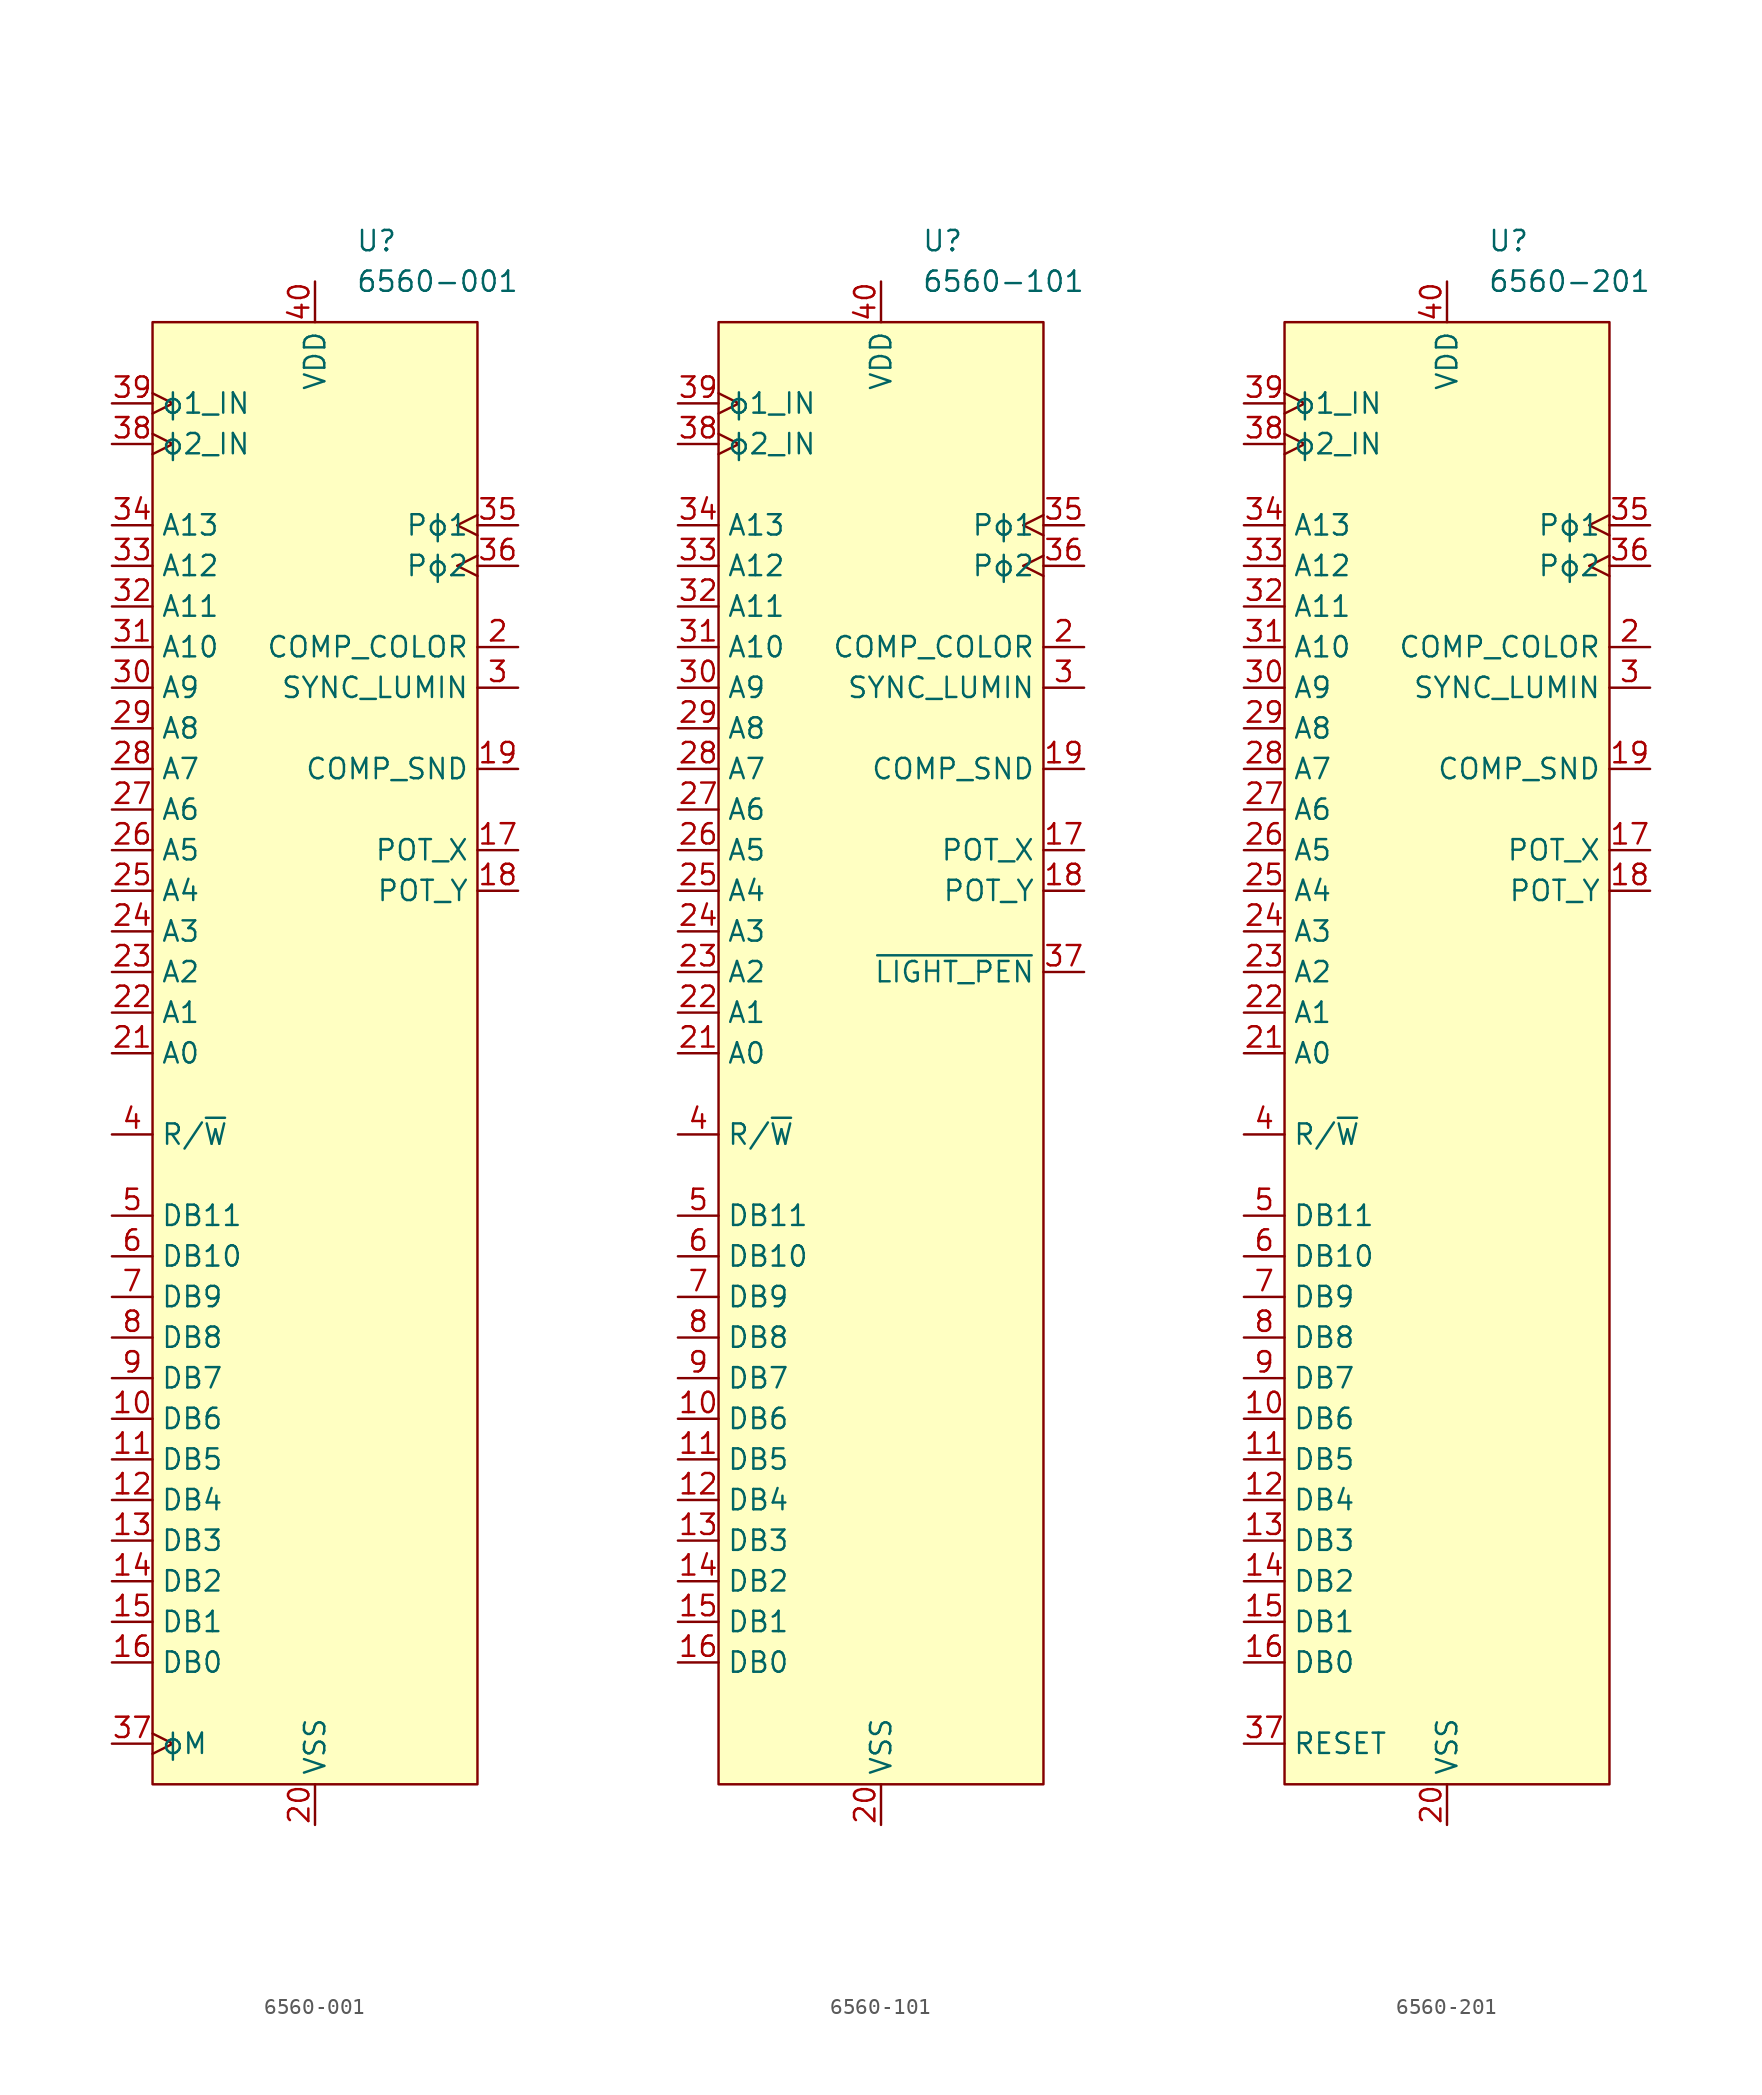
<source format=kicad_sym>
(kicad_symbol_lib
  (version 20231120)
  (generator "kicad_symbol_editor")
  (generator_version "8.0")
  (symbol "6560-001"
    (property "Reference" "U"
      (at 2.54 50.8 0)
      (effects (font (size 1.27 1.27)) (justify left)))
    (property "Value" "6560-001"
      (at 2.54 48.26 0)
      (effects (font (size 1.27 1.27)) (justify left)))
    (symbol "6560-001_0_1"
      (rectangle (start -10.16 45.72) (end 10.16 -45.72) (stroke (width 0) (type default)) (fill (type background))))
    (symbol "6560-001_1_1"
      (pin no_connect non_logic (at 10.16 0 180) (length 2.54) hide (name "nc" (effects (font (size 1.27 1.27)))) (number "1" (effects (font (size 1.27 1.27)))))
      (pin bidirectional line (at -12.7 -22.86 0) (length 2.54) (name "DB6" (effects (font (size 1.27 1.27)))) (number "10" (effects (font (size 1.27 1.27)))))
      (pin bidirectional line (at -12.7 -25.4 0) (length 2.54) (name "DB5" (effects (font (size 1.27 1.27)))) (number "11" (effects (font (size 1.27 1.27)))))
      (pin bidirectional line (at -12.7 -27.94 0) (length 2.54) (name "DB4" (effects (font (size 1.27 1.27)))) (number "12" (effects (font (size 1.27 1.27)))))
      (pin bidirectional line (at -12.7 -30.48 0) (length 2.54) (name "DB3" (effects (font (size 1.27 1.27)))) (number "13" (effects (font (size 1.27 1.27)))))
      (pin bidirectional line (at -12.7 -33.02 0) (length 2.54) (name "DB2" (effects (font (size 1.27 1.27)))) (number "14" (effects (font (size 1.27 1.27)))))
      (pin bidirectional line (at -12.7 -35.56 0) (length 2.54) (name "DB1" (effects (font (size 1.27 1.27)))) (number "15" (effects (font (size 1.27 1.27)))))
      (pin bidirectional line (at -12.7 -38.1 0) (length 2.54) (name "DB0" (effects (font (size 1.27 1.27)))) (number "16" (effects (font (size 1.27 1.27)))))
      (pin input line (at 12.7 12.7 180) (length 2.54) (name "POT_X" (effects (font (size 1.27 1.27)))) (number "17" (effects (font (size 1.27 1.27)))))
      (pin input line (at 12.7 10.16 180) (length 2.54) (name "POT_Y" (effects (font (size 1.27 1.27)))) (number "18" (effects (font (size 1.27 1.27)))))
      (pin output line (at 12.7 17.78 180) (length 2.54) (name "COMP_SND" (effects (font (size 1.27 1.27)))) (number "19" (effects (font (size 1.27 1.27)))))
      (pin output line (at 12.7 25.4 180) (length 2.54) (name "COMP_COLOR" (effects (font (size 1.27 1.27)))) (number "2" (effects (font (size 1.27 1.27)))))
      (pin power_in line (at 0 -48.26 90) (length 2.54) (name "VSS" (effects (font (size 1.27 1.27)))) (number "20" (effects (font (size 1.27 1.27)))))
      (pin bidirectional line (at -12.7 0 0) (length 2.54) (name "A0" (effects (font (size 1.27 1.27)))) (number "21" (effects (font (size 1.27 1.27)))))
      (pin bidirectional line (at -12.7 2.54 0) (length 2.54) (name "A1" (effects (font (size 1.27 1.27)))) (number "22" (effects (font (size 1.27 1.27)))))
      (pin bidirectional line (at -12.7 5.08 0) (length 2.54) (name "A2" (effects (font (size 1.27 1.27)))) (number "23" (effects (font (size 1.27 1.27)))))
      (pin bidirectional line (at -12.7 7.62 0) (length 2.54) (name "A3" (effects (font (size 1.27 1.27)))) (number "24" (effects (font (size 1.27 1.27)))))
      (pin bidirectional line (at -12.7 10.16 0) (length 2.54) (name "A4" (effects (font (size 1.27 1.27)))) (number "25" (effects (font (size 1.27 1.27)))))
      (pin bidirectional line (at -12.7 12.7 0) (length 2.54) (name "A5" (effects (font (size 1.27 1.27)))) (number "26" (effects (font (size 1.27 1.27)))))
      (pin bidirectional line (at -12.7 15.24 0) (length 2.54) (name "A6" (effects (font (size 1.27 1.27)))) (number "27" (effects (font (size 1.27 1.27)))))
      (pin bidirectional line (at -12.7 17.78 0) (length 2.54) (name "A7" (effects (font (size 1.27 1.27)))) (number "28" (effects (font (size 1.27 1.27)))))
      (pin bidirectional line (at -12.7 20.32 0) (length 2.54) (name "A8" (effects (font (size 1.27 1.27)))) (number "29" (effects (font (size 1.27 1.27)))))
      (pin output line (at 12.7 22.86 180) (length 2.54) (name "SYNC_LUMIN" (effects (font (size 1.27 1.27)))) (number "3" (effects (font (size 1.27 1.27)))))
      (pin bidirectional line (at -12.7 22.86 0) (length 2.54) (name "A9" (effects (font (size 1.27 1.27)))) (number "30" (effects (font (size 1.27 1.27)))))
      (pin bidirectional line (at -12.7 25.4 0) (length 2.54) (name "A10" (effects (font (size 1.27 1.27)))) (number "31" (effects (font (size 1.27 1.27)))))
      (pin bidirectional line (at -12.7 27.94 0) (length 2.54) (name "A11" (effects (font (size 1.27 1.27)))) (number "32" (effects (font (size 1.27 1.27)))))
      (pin bidirectional line (at -12.7 30.48 0) (length 2.54) (name "A12" (effects (font (size 1.27 1.27)))) (number "33" (effects (font (size 1.27 1.27)))))
      (pin bidirectional line (at -12.7 33.02 0) (length 2.54) (name "A13" (effects (font (size 1.27 1.27)))) (number "34" (effects (font (size 1.27 1.27)))))
      (pin output clock (at 12.7 33.02 180) (length 2.54) (name "Pϕ1" (effects (font (size 1.27 1.27)))) (number "35" (effects (font (size 1.27 1.27)))))
      (pin output clock (at 12.7 30.48 180) (length 2.54) (name "Pϕ2" (effects (font (size 1.27 1.27)))) (number "36" (effects (font (size 1.27 1.27)))))
      (pin output clock (at -12.7 -43.18 0) (length 2.54) (name "ϕM" (effects (font (size 1.27 1.27)))) (number "37" (effects (font (size 1.27 1.27)))))
      (pin input clock (at -12.7 38.1 0) (length 2.54) (name "ϕ2_IN" (effects (font (size 1.27 1.27)))) (number "38" (effects (font (size 1.27 1.27)))))
      (pin input clock (at -12.7 40.64 0) (length 2.54) (name "ϕ1_IN" (effects (font (size 1.27 1.27)))) (number "39" (effects (font (size 1.27 1.27)))))
      (pin input line (at -12.7 -5.08 0) (length 2.54) (name "R/~{W}" (effects (font (size 1.27 1.27)))) (number "4" (effects (font (size 1.27 1.27)))))
      (pin power_in line (at 0 48.26 270) (length 2.54) (name "VDD" (effects (font (size 1.27 1.27)))) (number "40" (effects (font (size 1.27 1.27)))))
      (pin input line (at -12.7 -10.16 0) (length 2.54) (name "DB11" (effects (font (size 1.27 1.27)))) (number "5" (effects (font (size 1.27 1.27)))))
      (pin input line (at -12.7 -12.7 0) (length 2.54) (name "DB10" (effects (font (size 1.27 1.27)))) (number "6" (effects (font (size 1.27 1.27)))))
      (pin input line (at -12.7 -15.24 0) (length 2.54) (name "DB9" (effects (font (size 1.27 1.27)))) (number "7" (effects (font (size 1.27 1.27)))))
      (pin input line (at -12.7 -17.78 0) (length 2.54) (name "DB8" (effects (font (size 1.27 1.27)))) (number "8" (effects (font (size 1.27 1.27)))))
      (pin bidirectional line (at -12.7 -20.32 0) (length 2.54) (name "DB7" (effects (font (size 1.27 1.27)))) (number "9" (effects (font (size 1.27 1.27)))))))
  (symbol "6560-101"
    (property "Reference" "U"
      (at 2.54 50.8 0)
      (effects (font (size 1.27 1.27)) (justify left)))
    (property "Value" "6560-101"
      (at 2.54 48.26 0)
      (effects (font (size 1.27 1.27)) (justify left)))
    (symbol "6560-101_0_1"
      (rectangle (start -10.16 45.72) (end 10.16 -45.72) (stroke (width 0) (type default)) (fill (type background))))
    (symbol "6560-101_1_1"
      (pin no_connect non_logic (at 10.16 0 180) (length 2.54) hide (name "nc" (effects (font (size 1.27 1.27)))) (number "1" (effects (font (size 1.27 1.27)))))
      (pin bidirectional line (at -12.7 -22.86 0) (length 2.54) (name "DB6" (effects (font (size 1.27 1.27)))) (number "10" (effects (font (size 1.27 1.27)))))
      (pin bidirectional line (at -12.7 -25.4 0) (length 2.54) (name "DB5" (effects (font (size 1.27 1.27)))) (number "11" (effects (font (size 1.27 1.27)))))
      (pin bidirectional line (at -12.7 -27.94 0) (length 2.54) (name "DB4" (effects (font (size 1.27 1.27)))) (number "12" (effects (font (size 1.27 1.27)))))
      (pin bidirectional line (at -12.7 -30.48 0) (length 2.54) (name "DB3" (effects (font (size 1.27 1.27)))) (number "13" (effects (font (size 1.27 1.27)))))
      (pin bidirectional line (at -12.7 -33.02 0) (length 2.54) (name "DB2" (effects (font (size 1.27 1.27)))) (number "14" (effects (font (size 1.27 1.27)))))
      (pin bidirectional line (at -12.7 -35.56 0) (length 2.54) (name "DB1" (effects (font (size 1.27 1.27)))) (number "15" (effects (font (size 1.27 1.27)))))
      (pin bidirectional line (at -12.7 -38.1 0) (length 2.54) (name "DB0" (effects (font (size 1.27 1.27)))) (number "16" (effects (font (size 1.27 1.27)))))
      (pin input line (at 12.7 12.7 180) (length 2.54) (name "POT_X" (effects (font (size 1.27 1.27)))) (number "17" (effects (font (size 1.27 1.27)))))
      (pin input line (at 12.7 10.16 180) (length 2.54) (name "POT_Y" (effects (font (size 1.27 1.27)))) (number "18" (effects (font (size 1.27 1.27)))))
      (pin output line (at 12.7 17.78 180) (length 2.54) (name "COMP_SND" (effects (font (size 1.27 1.27)))) (number "19" (effects (font (size 1.27 1.27)))))
      (pin output line (at 12.7 25.4 180) (length 2.54) (name "COMP_COLOR" (effects (font (size 1.27 1.27)))) (number "2" (effects (font (size 1.27 1.27)))))
      (pin power_in line (at 0 -48.26 90) (length 2.54) (name "VSS" (effects (font (size 1.27 1.27)))) (number "20" (effects (font (size 1.27 1.27)))))
      (pin bidirectional line (at -12.7 0 0) (length 2.54) (name "A0" (effects (font (size 1.27 1.27)))) (number "21" (effects (font (size 1.27 1.27)))))
      (pin bidirectional line (at -12.7 2.54 0) (length 2.54) (name "A1" (effects (font (size 1.27 1.27)))) (number "22" (effects (font (size 1.27 1.27)))))
      (pin bidirectional line (at -12.7 5.08 0) (length 2.54) (name "A2" (effects (font (size 1.27 1.27)))) (number "23" (effects (font (size 1.27 1.27)))))
      (pin bidirectional line (at -12.7 7.62 0) (length 2.54) (name "A3" (effects (font (size 1.27 1.27)))) (number "24" (effects (font (size 1.27 1.27)))))
      (pin bidirectional line (at -12.7 10.16 0) (length 2.54) (name "A4" (effects (font (size 1.27 1.27)))) (number "25" (effects (font (size 1.27 1.27)))))
      (pin bidirectional line (at -12.7 12.7 0) (length 2.54) (name "A5" (effects (font (size 1.27 1.27)))) (number "26" (effects (font (size 1.27 1.27)))))
      (pin bidirectional line (at -12.7 15.24 0) (length 2.54) (name "A6" (effects (font (size 1.27 1.27)))) (number "27" (effects (font (size 1.27 1.27)))))
      (pin bidirectional line (at -12.7 17.78 0) (length 2.54) (name "A7" (effects (font (size 1.27 1.27)))) (number "28" (effects (font (size 1.27 1.27)))))
      (pin bidirectional line (at -12.7 20.32 0) (length 2.54) (name "A8" (effects (font (size 1.27 1.27)))) (number "29" (effects (font (size 1.27 1.27)))))
      (pin output line (at 12.7 22.86 180) (length 2.54) (name "SYNC_LUMIN" (effects (font (size 1.27 1.27)))) (number "3" (effects (font (size 1.27 1.27)))))
      (pin bidirectional line (at -12.7 22.86 0) (length 2.54) (name "A9" (effects (font (size 1.27 1.27)))) (number "30" (effects (font (size 1.27 1.27)))))
      (pin bidirectional line (at -12.7 25.4 0) (length 2.54) (name "A10" (effects (font (size 1.27 1.27)))) (number "31" (effects (font (size 1.27 1.27)))))
      (pin bidirectional line (at -12.7 27.94 0) (length 2.54) (name "A11" (effects (font (size 1.27 1.27)))) (number "32" (effects (font (size 1.27 1.27)))))
      (pin bidirectional line (at -12.7 30.48 0) (length 2.54) (name "A12" (effects (font (size 1.27 1.27)))) (number "33" (effects (font (size 1.27 1.27)))))
      (pin bidirectional line (at -12.7 33.02 0) (length 2.54) (name "A13" (effects (font (size 1.27 1.27)))) (number "34" (effects (font (size 1.27 1.27)))))
      (pin output clock (at 12.7 33.02 180) (length 2.54) (name "Pϕ1" (effects (font (size 1.27 1.27)))) (number "35" (effects (font (size 1.27 1.27)))))
      (pin output clock (at 12.7 30.48 180) (length 2.54) (name "Pϕ2" (effects (font (size 1.27 1.27)))) (number "36" (effects (font (size 1.27 1.27)))))
      (pin input line (at 12.7 5.08 180) (length 2.54) (name "~{LIGHT_PEN}" (effects (font (size 1.27 1.27)))) (number "37" (effects (font (size 1.27 1.27)))))
      (pin input clock (at -12.7 38.1 0) (length 2.54) (name "ϕ2_IN" (effects (font (size 1.27 1.27)))) (number "38" (effects (font (size 1.27 1.27)))))
      (pin input clock (at -12.7 40.64 0) (length 2.54) (name "ϕ1_IN" (effects (font (size 1.27 1.27)))) (number "39" (effects (font (size 1.27 1.27)))))
      (pin input line (at -12.7 -5.08 0) (length 2.54) (name "R/~{W}" (effects (font (size 1.27 1.27)))) (number "4" (effects (font (size 1.27 1.27)))))
      (pin power_in line (at 0 48.26 270) (length 2.54) (name "VDD" (effects (font (size 1.27 1.27)))) (number "40" (effects (font (size 1.27 1.27)))))
      (pin input line (at -12.7 -10.16 0) (length 2.54) (name "DB11" (effects (font (size 1.27 1.27)))) (number "5" (effects (font (size 1.27 1.27)))))
      (pin input line (at -12.7 -12.7 0) (length 2.54) (name "DB10" (effects (font (size 1.27 1.27)))) (number "6" (effects (font (size 1.27 1.27)))))
      (pin input line (at -12.7 -15.24 0) (length 2.54) (name "DB9" (effects (font (size 1.27 1.27)))) (number "7" (effects (font (size 1.27 1.27)))))
      (pin input line (at -12.7 -17.78 0) (length 2.54) (name "DB8" (effects (font (size 1.27 1.27)))) (number "8" (effects (font (size 1.27 1.27)))))
      (pin bidirectional line (at -12.7 -20.32 0) (length 2.54) (name "DB7" (effects (font (size 1.27 1.27)))) (number "9" (effects (font (size 1.27 1.27)))))))
  (symbol "6560-201"
    (property "Reference" "U"
      (at 2.54 50.8 0)
      (effects (font (size 1.27 1.27)) (justify left)))
    (property "Value" "6560-201"
      (at 2.54 48.26 0)
      (effects (font (size 1.27 1.27)) (justify left)))
    (symbol "6560-201_0_1"
      (rectangle (start -10.16 45.72) (end 10.16 -45.72) (stroke (width 0) (type default)) (fill (type background))))
    (symbol "6560-201_1_1"
      (pin no_connect non_logic (at 10.16 0 180) (length 2.54) hide (name "nc" (effects (font (size 1.27 1.27)))) (number "1" (effects (font (size 1.27 1.27)))))
      (pin bidirectional line (at -12.7 -22.86 0) (length 2.54) (name "DB6" (effects (font (size 1.27 1.27)))) (number "10" (effects (font (size 1.27 1.27)))))
      (pin bidirectional line (at -12.7 -25.4 0) (length 2.54) (name "DB5" (effects (font (size 1.27 1.27)))) (number "11" (effects (font (size 1.27 1.27)))))
      (pin bidirectional line (at -12.7 -27.94 0) (length 2.54) (name "DB4" (effects (font (size 1.27 1.27)))) (number "12" (effects (font (size 1.27 1.27)))))
      (pin bidirectional line (at -12.7 -30.48 0) (length 2.54) (name "DB3" (effects (font (size 1.27 1.27)))) (number "13" (effects (font (size 1.27 1.27)))))
      (pin bidirectional line (at -12.7 -33.02 0) (length 2.54) (name "DB2" (effects (font (size 1.27 1.27)))) (number "14" (effects (font (size 1.27 1.27)))))
      (pin bidirectional line (at -12.7 -35.56 0) (length 2.54) (name "DB1" (effects (font (size 1.27 1.27)))) (number "15" (effects (font (size 1.27 1.27)))))
      (pin bidirectional line (at -12.7 -38.1 0) (length 2.54) (name "DB0" (effects (font (size 1.27 1.27)))) (number "16" (effects (font (size 1.27 1.27)))))
      (pin input line (at 12.7 12.7 180) (length 2.54) (name "POT_X" (effects (font (size 1.27 1.27)))) (number "17" (effects (font (size 1.27 1.27)))))
      (pin input line (at 12.7 10.16 180) (length 2.54) (name "POT_Y" (effects (font (size 1.27 1.27)))) (number "18" (effects (font (size 1.27 1.27)))))
      (pin output line (at 12.7 17.78 180) (length 2.54) (name "COMP_SND" (effects (font (size 1.27 1.27)))) (number "19" (effects (font (size 1.27 1.27)))))
      (pin output line (at 12.7 25.4 180) (length 2.54) (name "COMP_COLOR" (effects (font (size 1.27 1.27)))) (number "2" (effects (font (size 1.27 1.27)))))
      (pin power_in line (at 0 -48.26 90) (length 2.54) (name "VSS" (effects (font (size 1.27 1.27)))) (number "20" (effects (font (size 1.27 1.27)))))
      (pin bidirectional line (at -12.7 0 0) (length 2.54) (name "A0" (effects (font (size 1.27 1.27)))) (number "21" (effects (font (size 1.27 1.27)))))
      (pin bidirectional line (at -12.7 2.54 0) (length 2.54) (name "A1" (effects (font (size 1.27 1.27)))) (number "22" (effects (font (size 1.27 1.27)))))
      (pin bidirectional line (at -12.7 5.08 0) (length 2.54) (name "A2" (effects (font (size 1.27 1.27)))) (number "23" (effects (font (size 1.27 1.27)))))
      (pin bidirectional line (at -12.7 7.62 0) (length 2.54) (name "A3" (effects (font (size 1.27 1.27)))) (number "24" (effects (font (size 1.27 1.27)))))
      (pin bidirectional line (at -12.7 10.16 0) (length 2.54) (name "A4" (effects (font (size 1.27 1.27)))) (number "25" (effects (font (size 1.27 1.27)))))
      (pin bidirectional line (at -12.7 12.7 0) (length 2.54) (name "A5" (effects (font (size 1.27 1.27)))) (number "26" (effects (font (size 1.27 1.27)))))
      (pin bidirectional line (at -12.7 15.24 0) (length 2.54) (name "A6" (effects (font (size 1.27 1.27)))) (number "27" (effects (font (size 1.27 1.27)))))
      (pin bidirectional line (at -12.7 17.78 0) (length 2.54) (name "A7" (effects (font (size 1.27 1.27)))) (number "28" (effects (font (size 1.27 1.27)))))
      (pin bidirectional line (at -12.7 20.32 0) (length 2.54) (name "A8" (effects (font (size 1.27 1.27)))) (number "29" (effects (font (size 1.27 1.27)))))
      (pin output line (at 12.7 22.86 180) (length 2.54) (name "SYNC_LUMIN" (effects (font (size 1.27 1.27)))) (number "3" (effects (font (size 1.27 1.27)))))
      (pin bidirectional line (at -12.7 22.86 0) (length 2.54) (name "A9" (effects (font (size 1.27 1.27)))) (number "30" (effects (font (size 1.27 1.27)))))
      (pin bidirectional line (at -12.7 25.4 0) (length 2.54) (name "A10" (effects (font (size 1.27 1.27)))) (number "31" (effects (font (size 1.27 1.27)))))
      (pin bidirectional line (at -12.7 27.94 0) (length 2.54) (name "A11" (effects (font (size 1.27 1.27)))) (number "32" (effects (font (size 1.27 1.27)))))
      (pin bidirectional line (at -12.7 30.48 0) (length 2.54) (name "A12" (effects (font (size 1.27 1.27)))) (number "33" (effects (font (size 1.27 1.27)))))
      (pin bidirectional line (at -12.7 33.02 0) (length 2.54) (name "A13" (effects (font (size 1.27 1.27)))) (number "34" (effects (font (size 1.27 1.27)))))
      (pin output clock (at 12.7 33.02 180) (length 2.54) (name "Pϕ1" (effects (font (size 1.27 1.27)))) (number "35" (effects (font (size 1.27 1.27)))))
      (pin output clock (at 12.7 30.48 180) (length 2.54) (name "Pϕ2" (effects (font (size 1.27 1.27)))) (number "36" (effects (font (size 1.27 1.27)))))
      (pin input line (at -12.7 -43.18 0) (length 2.54) (name "RESET" (effects (font (size 1.27 1.27)))) (number "37" (effects (font (size 1.27 1.27)))))
      (pin input clock (at -12.7 38.1 0) (length 2.54) (name "ϕ2_IN" (effects (font (size 1.27 1.27)))) (number "38" (effects (font (size 1.27 1.27)))))
      (pin input clock (at -12.7 40.64 0) (length 2.54) (name "ϕ1_IN" (effects (font (size 1.27 1.27)))) (number "39" (effects (font (size 1.27 1.27)))))
      (pin input line (at -12.7 -5.08 0) (length 2.54) (name "R/~{W}" (effects (font (size 1.27 1.27)))) (number "4" (effects (font (size 1.27 1.27)))))
      (pin power_in line (at 0 48.26 270) (length 2.54) (name "VDD" (effects (font (size 1.27 1.27)))) (number "40" (effects (font (size 1.27 1.27)))))
      (pin input line (at -12.7 -10.16 0) (length 2.54) (name "DB11" (effects (font (size 1.27 1.27)))) (number "5" (effects (font (size 1.27 1.27)))))
      (pin input line (at -12.7 -12.7 0) (length 2.54) (name "DB10" (effects (font (size 1.27 1.27)))) (number "6" (effects (font (size 1.27 1.27)))))
      (pin input line (at -12.7 -15.24 0) (length 2.54) (name "DB9" (effects (font (size 1.27 1.27)))) (number "7" (effects (font (size 1.27 1.27)))))
      (pin input line (at -12.7 -17.78 0) (length 2.54) (name "DB8" (effects (font (size 1.27 1.27)))) (number "8" (effects (font (size 1.27 1.27)))))
      (pin bidirectional line (at -12.7 -20.32 0) (length 2.54) (name "DB7" (effects (font (size 1.27 1.27)))) (number "9" (effects (font (size 1.27 1.27))))))))
</source>
